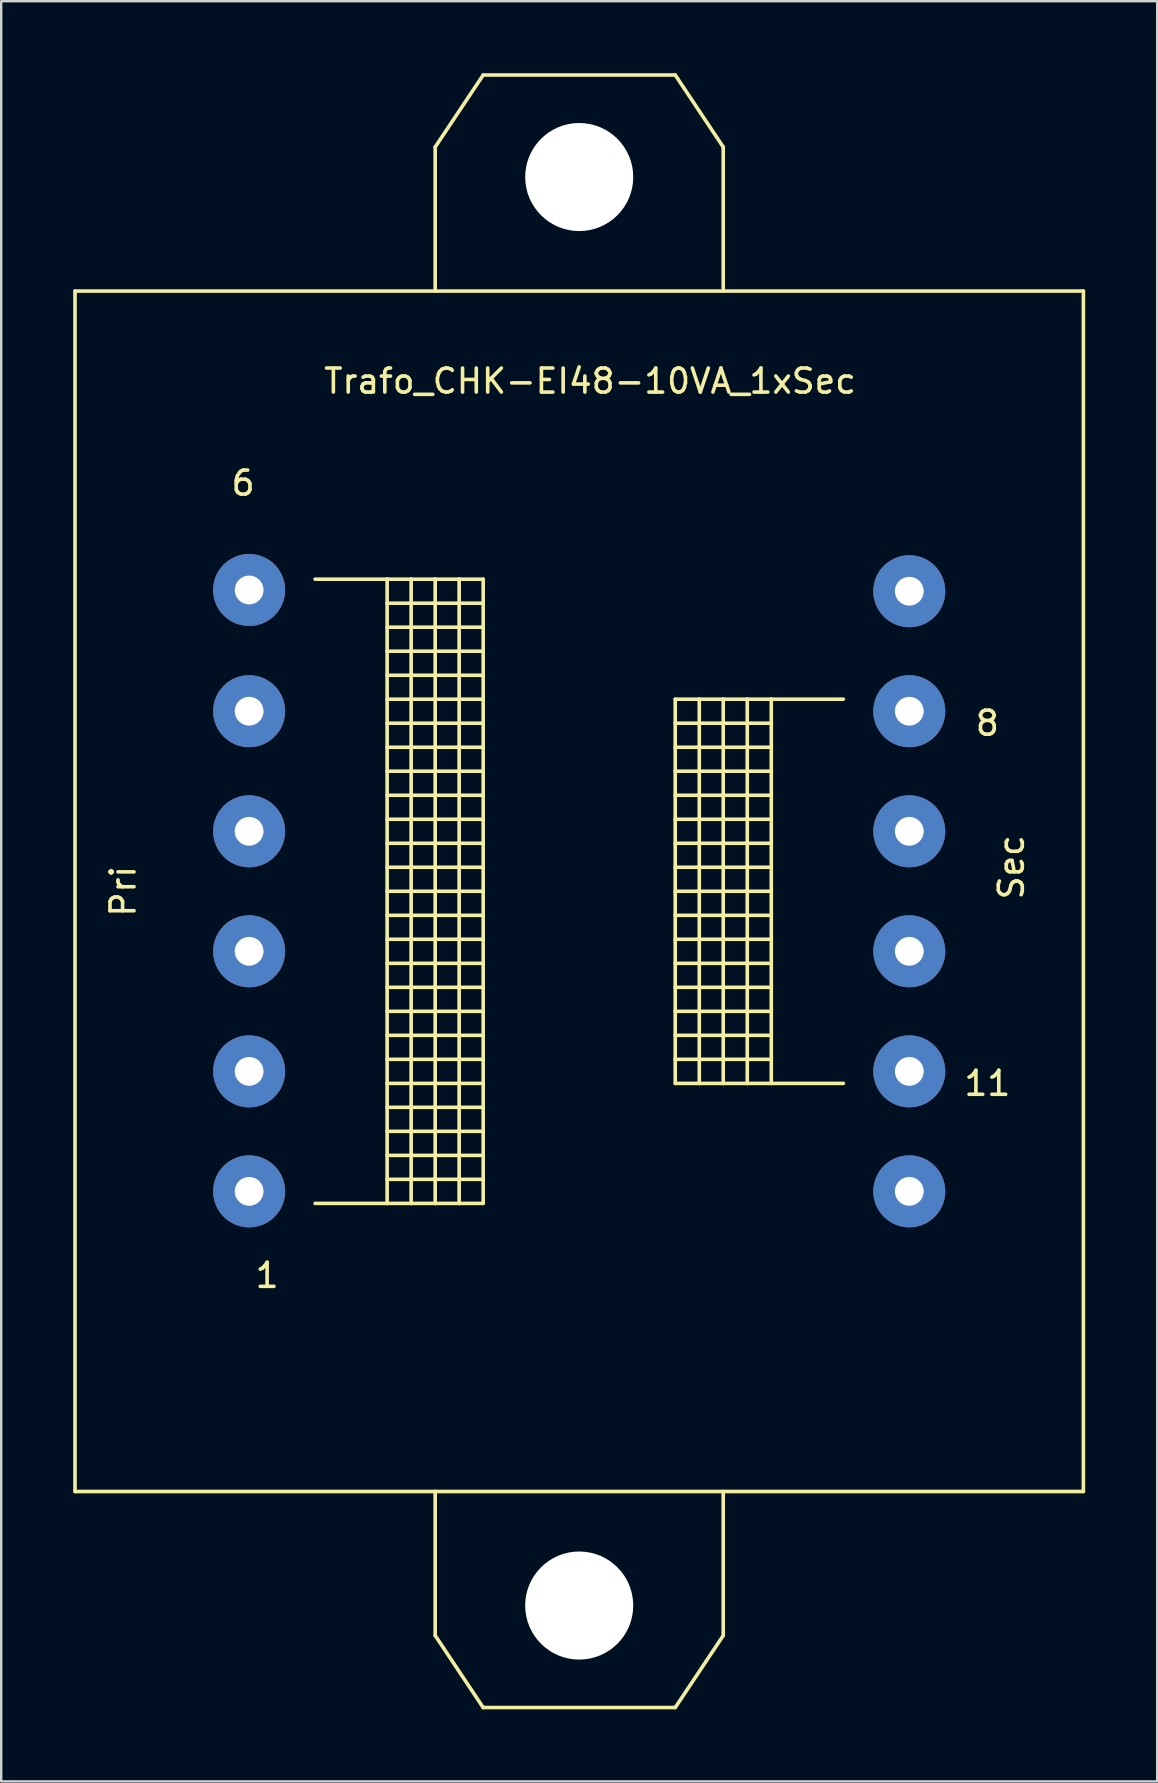
<source format=kicad_pcb>
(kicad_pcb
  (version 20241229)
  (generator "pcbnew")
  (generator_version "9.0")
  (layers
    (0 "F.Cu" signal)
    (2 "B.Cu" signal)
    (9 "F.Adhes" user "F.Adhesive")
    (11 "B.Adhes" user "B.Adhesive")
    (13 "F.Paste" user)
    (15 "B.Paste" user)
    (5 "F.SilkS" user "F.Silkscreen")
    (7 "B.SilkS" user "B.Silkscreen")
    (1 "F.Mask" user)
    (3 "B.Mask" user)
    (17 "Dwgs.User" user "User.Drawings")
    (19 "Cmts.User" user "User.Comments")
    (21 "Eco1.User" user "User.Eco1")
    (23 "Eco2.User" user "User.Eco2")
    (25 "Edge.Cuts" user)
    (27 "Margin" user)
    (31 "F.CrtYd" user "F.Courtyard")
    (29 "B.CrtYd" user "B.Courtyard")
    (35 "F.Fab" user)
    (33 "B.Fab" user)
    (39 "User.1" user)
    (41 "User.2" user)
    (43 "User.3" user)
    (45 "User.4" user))
  (footprint "Trafo_CHK-EI48-10VA_1xSec"
    (layer "F.Cu")
    (at 21.076 34.075)
    (property "Reference" "Trafo_CHK-EI48-10VA_1xSec" (at 0.45 -21.25 0) (layer "F.SilkS") (effects (font (size 1 1) (thickness 0.15))))
    (attr through_hole)
    (fp_line (start -21.001 -25.001) (end -21.001 25.001) (stroke (width 0.15) (type solid)) (layer "F.SilkS"))
    (fp_line (start -21.001 25.001) (end 21.001 25.001) (stroke (width 0.15) (type solid)) (layer "F.SilkS"))
    (fp_line (start -11.001 13) (end -8.001 13) (stroke (width 0.15) (type solid)) (layer "F.SilkS"))
    (fp_line (start -8.001 -13) (end -11.001 -13) (stroke (width 0.15) (type solid)) (layer "F.SilkS"))
    (fp_line (start -8.001 -13) (end -7 -13) (stroke (width 0.15) (type solid)) (layer "F.SilkS"))
    (fp_line (start -8.001 -11.999) (end -4 -11.999) (stroke (width 0.15) (type solid)) (layer "F.SilkS"))
    (fp_line (start -8.001 -11.001) (end -4 -11.001) (stroke (width 0.15) (type solid)) (layer "F.SilkS"))
    (fp_line (start -8.001 -10) (end -4 -10) (stroke (width 0.15) (type solid)) (layer "F.SilkS"))
    (fp_line (start -8.001 -8.999) (end -4 -8.999) (stroke (width 0.15) (type solid)) (layer "F.SilkS"))
    (fp_line (start -8.001 -8.001) (end -4 -8.001) (stroke (width 0.15) (type solid)) (layer "F.SilkS"))
    (fp_line (start -8.001 -7) (end -4 -7) (stroke (width 0.15) (type solid)) (layer "F.SilkS"))
    (fp_line (start -8.001 -5.999) (end -4 -5.999) (stroke (width 0.15) (type solid)) (layer "F.SilkS"))
    (fp_line (start -8.001 -5.001) (end -4 -5.001) (stroke (width 0.15) (type solid)) (layer "F.SilkS"))
    (fp_line (start -8.001 -4) (end -4 -4) (stroke (width 0.15) (type solid)) (layer "F.SilkS"))
    (fp_line (start -8.001 -3) (end -4 -3) (stroke (width 0.15) (type solid)) (layer "F.SilkS"))
    (fp_line (start -8.001 -1.999) (end -4 -1.999) (stroke (width 0.15) (type solid)) (layer "F.SilkS"))
    (fp_line (start -8.001 -1.001) (end -4 -1.001) (stroke (width 0.15) (type solid)) (layer "F.SilkS"))
    (fp_line (start -8.001 0) (end -4 0) (stroke (width 0.15) (type solid)) (layer "F.SilkS"))
    (fp_line (start -8.001 1.001) (end -4 1.001) (stroke (width 0.15) (type solid)) (layer "F.SilkS"))
    (fp_line (start -8.001 1.999) (end -4 1.999) (stroke (width 0.15) (type solid)) (layer "F.SilkS"))
    (fp_line (start -8.001 3) (end -4 3) (stroke (width 0.15) (type solid)) (layer "F.SilkS"))
    (fp_line (start -8.001 4) (end -4 4) (stroke (width 0.15) (type solid)) (layer "F.SilkS"))
    (fp_line (start -8.001 5.001) (end -4 5.001) (stroke (width 0.15) (type solid)) (layer "F.SilkS"))
    (fp_line (start -8.001 7) (end -4 7) (stroke (width 0.15) (type solid)) (layer "F.SilkS"))
    (fp_line (start -8.001 8.001) (end -4 8.001) (stroke (width 0.15) (type solid)) (layer "F.SilkS"))
    (fp_line (start -8.001 8.999) (end -4 8.999) (stroke (width 0.15) (type solid)) (layer "F.SilkS"))
    (fp_line (start -8.001 10) (end -4 10) (stroke (width 0.15) (type solid)) (layer "F.SilkS"))
    (fp_line (start -8.001 11.999) (end -4 11.999) (stroke (width 0.15) (type solid)) (layer "F.SilkS"))
    (fp_line (start -8.001 13) (end -8.001 -13) (stroke (width 0.15) (type solid)) (layer "F.SilkS"))
    (fp_line (start -7 -13) (end -7 13) (stroke (width 0.15) (type solid)) (layer "F.SilkS"))
    (fp_line (start -7 -13) (end -5.999 -13) (stroke (width 0.15) (type solid)) (layer "F.SilkS"))
    (fp_line (start -7 5.999) (end -8.001 5.999) (stroke (width 0.15) (type solid)) (layer "F.SilkS"))
    (fp_line (start -7 5.999) (end -4 5.999) (stroke (width 0.15) (type solid)) (layer "F.SilkS"))
    (fp_line (start -7 11.001) (end -8.001 11.001) (stroke (width 0.15) (type solid)) (layer "F.SilkS"))
    (fp_line (start -7 11.001) (end -4 11.001) (stroke (width 0.15) (type solid)) (layer "F.SilkS"))
    (fp_line (start -7 13) (end -8.001 13) (stroke (width 0.15) (type solid)) (layer "F.SilkS"))
    (fp_line (start -5.999 -31.001) (end -5.999 -25.001) (stroke (width 0.15) (type solid)) (layer "F.SilkS"))
    (fp_line (start -5.999 -13) (end -5.999 13) (stroke (width 0.15) (type solid)) (layer "F.SilkS"))
    (fp_line (start -5.999 -13) (end -5.001 -13) (stroke (width 0.15) (type solid)) (layer "F.SilkS"))
    (fp_line (start -5.999 13) (end -7 13) (stroke (width 0.15) (type solid)) (layer "F.SilkS"))
    (fp_line (start -5.999 31.001) (end -5.999 25.001) (stroke (width 0.15) (type solid)) (layer "F.SilkS"))
    (fp_line (start -5.001 -13) (end -5.001 13) (stroke (width 0.15) (type solid)) (layer "F.SilkS"))
    (fp_line (start -5.001 -13) (end -4 -13) (stroke (width 0.15) (type solid)) (layer "F.SilkS"))
    (fp_line (start -5.001 13) (end -5.999 13) (stroke (width 0.15) (type solid)) (layer "F.SilkS"))
    (fp_line (start -4 -34) (end -5.999 -31.001) (stroke (width 0.15) (type solid)) (layer "F.SilkS"))
    (fp_line (start -4 -13) (end -4 13) (stroke (width 0.15) (type solid)) (layer "F.SilkS"))
    (fp_line (start -4 13) (end -5.001 13) (stroke (width 0.15) (type solid)) (layer "F.SilkS"))
    (fp_line (start -4 34) (end -5.999 31.001) (stroke (width 0.15) (type solid)) (layer "F.SilkS"))
    (fp_line (start 4 -34) (end -4 -34) (stroke (width 0.15) (type solid)) (layer "F.SilkS"))
    (fp_line (start 4 -8.001) (end 4 8.001) (stroke (width 0.15) (type solid)) (layer "F.SilkS"))
    (fp_line (start 4 -7) (end 8.001 -7) (stroke (width 0.15) (type solid)) (layer "F.SilkS"))
    (fp_line (start 4 -5.999) (end 8.001 -5.999) (stroke (width 0.15) (type solid)) (layer "F.SilkS"))
    (fp_line (start 4 -5.001) (end 8.001 -5.001) (stroke (width 0.15) (type solid)) (layer "F.SilkS"))
    (fp_line (start 4 -4) (end 8.001 -4) (stroke (width 0.15) (type solid)) (layer "F.SilkS"))
    (fp_line (start 4 -3) (end 8.001 -3) (stroke (width 0.15) (type solid)) (layer "F.SilkS"))
    (fp_line (start 4 -1.001) (end 8.001 -1.001) (stroke (width 0.15) (type solid)) (layer "F.SilkS"))
    (fp_line (start 4 0) (end 8.001 0) (stroke (width 0.15) (type solid)) (layer "F.SilkS"))
    (fp_line (start 4 1.001) (end 8.001 1.001) (stroke (width 0.15) (type solid)) (layer "F.SilkS"))
    (fp_line (start 4 1.999) (end 8.001 1.999) (stroke (width 0.15) (type solid)) (layer "F.SilkS"))
    (fp_line (start 4 3) (end 8.001 3) (stroke (width 0.15) (type solid)) (layer "F.SilkS"))
    (fp_line (start 4 4) (end 8.001 4) (stroke (width 0.15) (type solid)) (layer "F.SilkS"))
    (fp_line (start 4 5.001) (end 8.001 5.001) (stroke (width 0.15) (type solid)) (layer "F.SilkS"))
    (fp_line (start 4 5.999) (end 8.001 5.999) (stroke (width 0.15) (type solid)) (layer "F.SilkS"))
    (fp_line (start 4 7) (end 8.001 7) (stroke (width 0.15) (type solid)) (layer "F.SilkS"))
    (fp_line (start 4 8.001) (end 5.001 8.001) (stroke (width 0.15) (type solid)) (layer "F.SilkS"))
    (fp_line (start 4 34) (end -4 34) (stroke (width 0.15) (type solid)) (layer "F.SilkS"))
    (fp_line (start 5.001 -8.001) (end 4 -8.001) (stroke (width 0.15) (type solid)) (layer "F.SilkS"))
    (fp_line (start 5.001 -8.001) (end 5.001 8.001) (stroke (width 0.15) (type solid)) (layer "F.SilkS"))
    (fp_line (start 5.001 -1.999) (end 4 -1.999) (stroke (width 0.15) (type solid)) (layer "F.SilkS"))
    (fp_line (start 5.001 -1.999) (end 8.001 -1.999) (stroke (width 0.15) (type solid)) (layer "F.SilkS"))
    (fp_line (start 5.001 8.001) (end 5.999 8.001) (stroke (width 0.15) (type solid)) (layer "F.SilkS"))
    (fp_line (start 5.999 -31.001) (end 4 -34) (stroke (width 0.15) (type solid)) (layer "F.SilkS"))
    (fp_line (start 5.999 -25.001) (end 5.999 -31.001) (stroke (width 0.15) (type solid)) (layer "F.SilkS"))
    (fp_line (start 5.999 -8.001) (end 5.001 -8.001) (stroke (width 0.15) (type solid)) (layer "F.SilkS"))
    (fp_line (start 5.999 -8.001) (end 5.999 8.001) (stroke (width 0.15) (type solid)) (layer "F.SilkS"))
    (fp_line (start 5.999 25.001) (end 5.999 31.001) (stroke (width 0.15) (type solid)) (layer "F.SilkS"))
    (fp_line (start 5.999 31.001) (end 4 34) (stroke (width 0.15) (type solid)) (layer "F.SilkS"))
    (fp_line (start 7 -8.001) (end 5.999 -8.001) (stroke (width 0.15) (type solid)) (layer "F.SilkS"))
    (fp_line (start 7 -8.001) (end 7 8.001) (stroke (width 0.15) (type solid)) (layer "F.SilkS"))
    (fp_line (start 7 8.001) (end 5.999 8.001) (stroke (width 0.15) (type solid)) (layer "F.SilkS"))
    (fp_line (start 7 8.001) (end 8.001 8.001) (stroke (width 0.15) (type solid)) (layer "F.SilkS"))
    (fp_line (start 8.001 -8.001) (end 7 -8.001) (stroke (width 0.15) (type solid)) (layer "F.SilkS"))
    (fp_line (start 8.001 -8.001) (end 8.001 8.001) (stroke (width 0.15) (type solid)) (layer "F.SilkS"))
    (fp_line (start 8.001 8.001) (end 11.001 8.001) (stroke (width 0.15) (type solid)) (layer "F.SilkS"))
    (fp_line (start 11.001 -8.001) (end 8.001 -8.001) (stroke (width 0.15) (type solid)) (layer "F.SilkS"))
    (fp_line (start 21.001 -25.001) (end -21.001 -25.001) (stroke (width 0.15) (type solid)) (layer "F.SilkS"))
    (fp_line (start 21.001 25.001) (end 21.001 -25.001) (stroke (width 0.15) (type solid)) (layer "F.SilkS"))
    (fp_text user "1" (at -13 15.999 0) (layer "F.SilkS") (effects (font (size 1 1) (thickness 0.15))))
    (fp_text user "6" (at -14 -17 0) (layer "F.SilkS") (effects (font (size 1 1) (thickness 0.15))))
    (fp_text user "11" (at 17 8.001 0) (layer "F.SilkS") (effects (font (size 1 1) (thickness 0.15))))
    (fp_text user "Sec" (at 18.001 -1.001 90) (layer "F.SilkS") (effects (font (size 1 1) (thickness 0.15))))
    (fp_text user "8" (at 17 -7 0) (layer "F.SilkS") (effects (font (size 1 1) (thickness 0.15))))
    (fp_text user "Pri" (at -18.999 0 90) (layer "F.SilkS") (effects (font (size 1 1) (thickness 0.15))))
    (pad "" np_thru_hole circle (at 0 -29.751) (size 4.501 4.501) (drill 4.501) (layers "*.Cu" "*.Mask"))
    (pad "" np_thru_hole circle (at 0 29.751) (size 4.501 4.501) (drill 4.501) (layers "*.Cu" "*.Mask"))
    (pad "1" thru_hole circle (at -13.749 12.499) (size 3 3) (drill 1.199) (layers "*.Cu" "*.Mask"))
    (pad "2" thru_hole circle (at -13.749 7.501) (size 3 3) (drill 1.199) (layers "*.Cu" "*.Mask"))
    (pad "3" thru_hole circle (at -13.749 2.499) (size 3 3) (drill 1.199) (layers "*.Cu" "*.Mask"))
    (pad "4" thru_hole circle (at -13.749 -2.499) (size 3 3) (drill 1.199) (layers "*.Cu" "*.Mask"))
    (pad "5" thru_hole circle (at -13.749 -7.501) (size 3 3) (drill 1.199) (layers "*.Cu" "*.Mask"))
    (pad "6" thru_hole circle (at -13.749 -12.55) (size 3 3) (drill 1.199) (layers "*.Cu" "*.Mask"))
    (pad "7" thru_hole circle (at 13.749 -12.499) (size 3 3) (drill 1.199) (layers "*.Cu" "*.Mask"))
    (pad "8" thru_hole circle (at 13.749 -7.501) (size 3 3) (drill 1.199) (layers "*.Cu" "*.Mask"))
    (pad "9" thru_hole circle (at 13.749 -2.499) (size 3 3) (drill 1.199) (layers "*.Cu" "*.Mask"))
    (pad "10" thru_hole circle (at 13.749 2.499) (size 3 3) (drill 1.199) (layers "*.Cu" "*.Mask"))
    (pad "11" thru_hole circle (at 13.749 7.501) (size 3 3) (drill 1.199) (layers "*.Cu" "*.Mask"))
    (pad "12" thru_hole circle (at 13.749 12.499) (size 3 3) (drill 1.199) (layers "*.Cu" "*.Mask")))
  (gr_rect
    (start -3 -3)
    (end 45.151 71.151)
    (stroke (width 0.1) (type default))
    (fill no)
    (layer "Edge.Cuts")))
</source>
